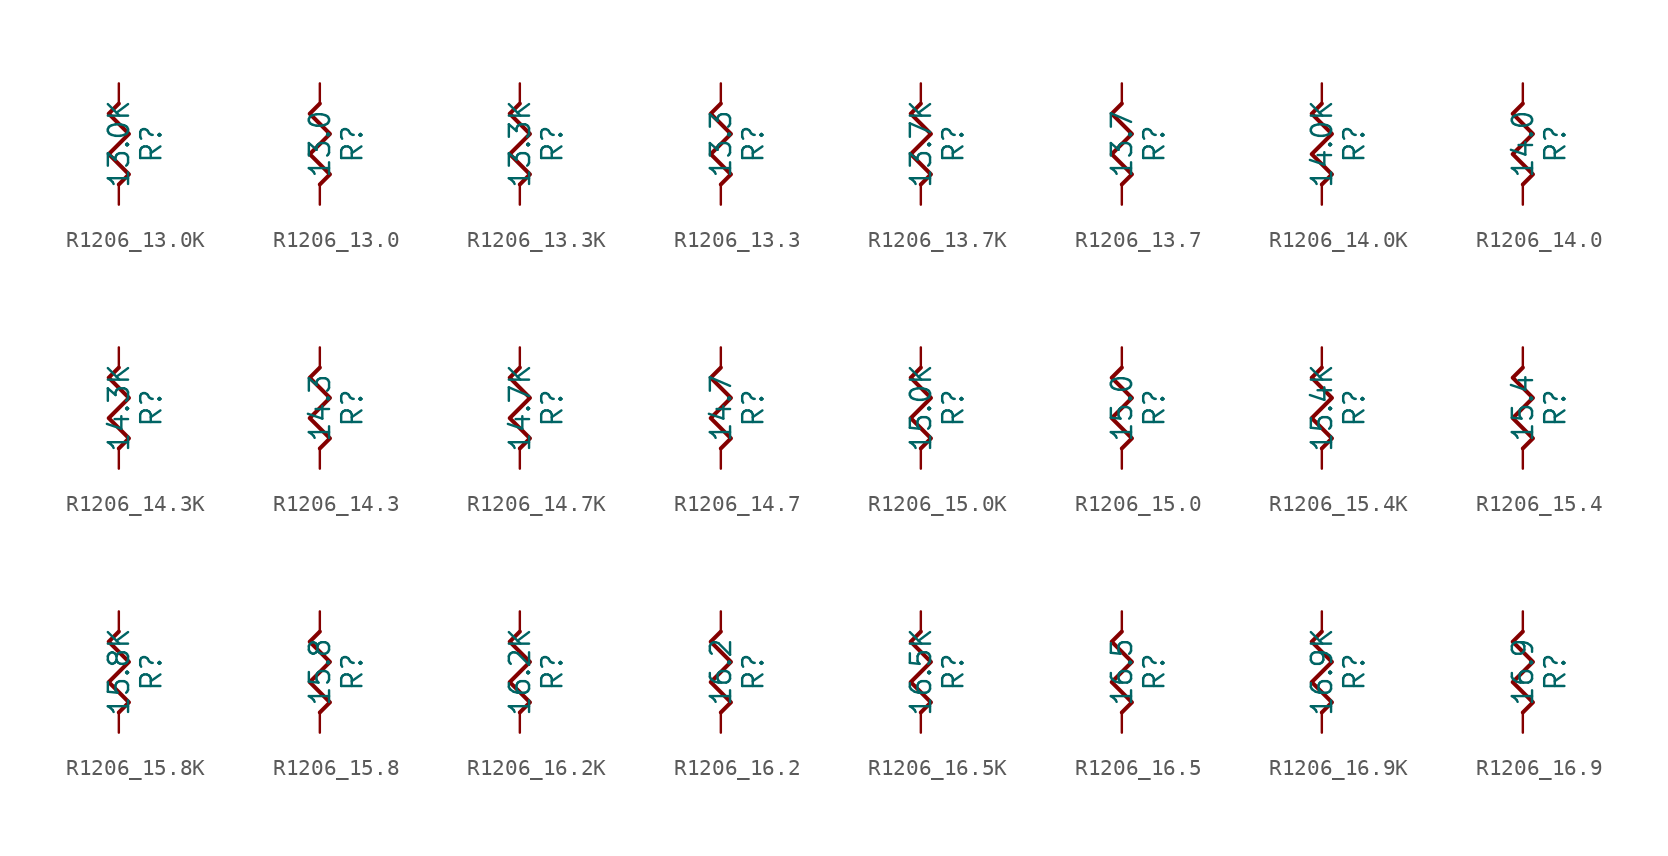
<source format=kicad_sym>
(kicad_symbol_lib
  (version 20211014)
  (generator atlantix-eda)
  (symbol "R1206_13.0K"
    (pin_numbers hide)
    (pin_names
      (offset 0))
    (property "Reference" "R"
      (at 2.032 0 90)
      (effects (font (size 1.27 1.27))))
    (property "Value" "13.0K"
      (at 0 0 90)
      (effects (font (size 1.27 1.27))))
    (symbol "R1206_13.0K_0_1"
      (polyline (pts (xy 0 -2.54) (xy 0.635 -1.905) (xy -0.635 -0.635) (xy 0.635 0.635) (xy -0.635 1.905) (xy 0 2.54)) (stroke (width 0.254) (type default) (color 0 0 0 0)) (fill (type none))))
    (symbol "R1206_13.0K_1_1"
      (pin passive line (at 0 3.81 270) (length 1.27) (name "~" (effects (font (size 1.27 1.27)))) (number "1" (effects (font (size 1.27 1.27)))))
      (pin passive line (at 0 -3.81 90) (length 1.27) (name "~" (effects (font (size 1.27 1.27)))) (number "2" (effects (font (size 1.27 1.27)))))))
  (symbol "R1206_13.0"
    (pin_numbers hide)
    (pin_names
      (offset 0))
    (property "Reference" "R"
      (at 2.032 0 90)
      (effects (font (size 1.27 1.27))))
    (property "Value" "13.0"
      (at 0 0 90)
      (effects (font (size 1.27 1.27))))
    (symbol "R1206_13.0_0_1"
      (polyline (pts (xy 0 -2.54) (xy 0.635 -1.905) (xy -0.635 -0.635) (xy 0.635 0.635) (xy -0.635 1.905) (xy 0 2.54)) (stroke (width 0.254) (type default) (color 0 0 0 0)) (fill (type none))))
    (symbol "R1206_13.0_1_1"
      (pin passive line (at 0 3.81 270) (length 1.27) (name "~" (effects (font (size 1.27 1.27)))) (number "1" (effects (font (size 1.27 1.27)))))
      (pin passive line (at 0 -3.81 90) (length 1.27) (name "~" (effects (font (size 1.27 1.27)))) (number "2" (effects (font (size 1.27 1.27)))))))
  (symbol "R1206_13.3K"
    (pin_numbers hide)
    (pin_names
      (offset 0))
    (property "Reference" "R"
      (at 2.032 0 90)
      (effects (font (size 1.27 1.27))))
    (property "Value" "13.3K"
      (at 0 0 90)
      (effects (font (size 1.27 1.27))))
    (symbol "R1206_13.3K_0_1"
      (polyline (pts (xy 0 -2.54) (xy 0.635 -1.905) (xy -0.635 -0.635) (xy 0.635 0.635) (xy -0.635 1.905) (xy 0 2.54)) (stroke (width 0.254) (type default) (color 0 0 0 0)) (fill (type none))))
    (symbol "R1206_13.3K_1_1"
      (pin passive line (at 0 3.81 270) (length 1.27) (name "~" (effects (font (size 1.27 1.27)))) (number "1" (effects (font (size 1.27 1.27)))))
      (pin passive line (at 0 -3.81 90) (length 1.27) (name "~" (effects (font (size 1.27 1.27)))) (number "2" (effects (font (size 1.27 1.27)))))))
  (symbol "R1206_13.3"
    (pin_numbers hide)
    (pin_names
      (offset 0))
    (property "Reference" "R"
      (at 2.032 0 90)
      (effects (font (size 1.27 1.27))))
    (property "Value" "13.3"
      (at 0 0 90)
      (effects (font (size 1.27 1.27))))
    (symbol "R1206_13.3_0_1"
      (polyline (pts (xy 0 -2.54) (xy 0.635 -1.905) (xy -0.635 -0.635) (xy 0.635 0.635) (xy -0.635 1.905) (xy 0 2.54)) (stroke (width 0.254) (type default) (color 0 0 0 0)) (fill (type none))))
    (symbol "R1206_13.3_1_1"
      (pin passive line (at 0 3.81 270) (length 1.27) (name "~" (effects (font (size 1.27 1.27)))) (number "1" (effects (font (size 1.27 1.27)))))
      (pin passive line (at 0 -3.81 90) (length 1.27) (name "~" (effects (font (size 1.27 1.27)))) (number "2" (effects (font (size 1.27 1.27)))))))
  (symbol "R1206_13.7K"
    (pin_numbers hide)
    (pin_names
      (offset 0))
    (property "Reference" "R"
      (at 2.032 0 90)
      (effects (font (size 1.27 1.27))))
    (property "Value" "13.7K"
      (at 0 0 90)
      (effects (font (size 1.27 1.27))))
    (symbol "R1206_13.7K_0_1"
      (polyline (pts (xy 0 -2.54) (xy 0.635 -1.905) (xy -0.635 -0.635) (xy 0.635 0.635) (xy -0.635 1.905) (xy 0 2.54)) (stroke (width 0.254) (type default) (color 0 0 0 0)) (fill (type none))))
    (symbol "R1206_13.7K_1_1"
      (pin passive line (at 0 3.81 270) (length 1.27) (name "~" (effects (font (size 1.27 1.27)))) (number "1" (effects (font (size 1.27 1.27)))))
      (pin passive line (at 0 -3.81 90) (length 1.27) (name "~" (effects (font (size 1.27 1.27)))) (number "2" (effects (font (size 1.27 1.27)))))))
  (symbol "R1206_13.7"
    (pin_numbers hide)
    (pin_names
      (offset 0))
    (property "Reference" "R"
      (at 2.032 0 90)
      (effects (font (size 1.27 1.27))))
    (property "Value" "13.7"
      (at 0 0 90)
      (effects (font (size 1.27 1.27))))
    (symbol "R1206_13.7_0_1"
      (polyline (pts (xy 0 -2.54) (xy 0.635 -1.905) (xy -0.635 -0.635) (xy 0.635 0.635) (xy -0.635 1.905) (xy 0 2.54)) (stroke (width 0.254) (type default) (color 0 0 0 0)) (fill (type none))))
    (symbol "R1206_13.7_1_1"
      (pin passive line (at 0 3.81 270) (length 1.27) (name "~" (effects (font (size 1.27 1.27)))) (number "1" (effects (font (size 1.27 1.27)))))
      (pin passive line (at 0 -3.81 90) (length 1.27) (name "~" (effects (font (size 1.27 1.27)))) (number "2" (effects (font (size 1.27 1.27)))))))
  (symbol "R1206_14.0K"
    (pin_numbers hide)
    (pin_names
      (offset 0))
    (property "Reference" "R"
      (at 2.032 0 90)
      (effects (font (size 1.27 1.27))))
    (property "Value" "14.0K"
      (at 0 0 90)
      (effects (font (size 1.27 1.27))))
    (symbol "R1206_14.0K_0_1"
      (polyline (pts (xy 0 -2.54) (xy 0.635 -1.905) (xy -0.635 -0.635) (xy 0.635 0.635) (xy -0.635 1.905) (xy 0 2.54)) (stroke (width 0.254) (type default) (color 0 0 0 0)) (fill (type none))))
    (symbol "R1206_14.0K_1_1"
      (pin passive line (at 0 3.81 270) (length 1.27) (name "~" (effects (font (size 1.27 1.27)))) (number "1" (effects (font (size 1.27 1.27)))))
      (pin passive line (at 0 -3.81 90) (length 1.27) (name "~" (effects (font (size 1.27 1.27)))) (number "2" (effects (font (size 1.27 1.27)))))))
  (symbol "R1206_14.0"
    (pin_numbers hide)
    (pin_names
      (offset 0))
    (property "Reference" "R"
      (at 2.032 0 90)
      (effects (font (size 1.27 1.27))))
    (property "Value" "14.0"
      (at 0 0 90)
      (effects (font (size 1.27 1.27))))
    (symbol "R1206_14.0_0_1"
      (polyline (pts (xy 0 -2.54) (xy 0.635 -1.905) (xy -0.635 -0.635) (xy 0.635 0.635) (xy -0.635 1.905) (xy 0 2.54)) (stroke (width 0.254) (type default) (color 0 0 0 0)) (fill (type none))))
    (symbol "R1206_14.0_1_1"
      (pin passive line (at 0 3.81 270) (length 1.27) (name "~" (effects (font (size 1.27 1.27)))) (number "1" (effects (font (size 1.27 1.27)))))
      (pin passive line (at 0 -3.81 90) (length 1.27) (name "~" (effects (font (size 1.27 1.27)))) (number "2" (effects (font (size 1.27 1.27)))))))
  (symbol "R1206_14.3K"
    (pin_numbers hide)
    (pin_names
      (offset 0))
    (property "Reference" "R"
      (at 2.032 0 90)
      (effects (font (size 1.27 1.27))))
    (property "Value" "14.3K"
      (at 0 0 90)
      (effects (font (size 1.27 1.27))))
    (symbol "R1206_14.3K_0_1"
      (polyline (pts (xy 0 -2.54) (xy 0.635 -1.905) (xy -0.635 -0.635) (xy 0.635 0.635) (xy -0.635 1.905) (xy 0 2.54)) (stroke (width 0.254) (type default) (color 0 0 0 0)) (fill (type none))))
    (symbol "R1206_14.3K_1_1"
      (pin passive line (at 0 3.81 270) (length 1.27) (name "~" (effects (font (size 1.27 1.27)))) (number "1" (effects (font (size 1.27 1.27)))))
      (pin passive line (at 0 -3.81 90) (length 1.27) (name "~" (effects (font (size 1.27 1.27)))) (number "2" (effects (font (size 1.27 1.27)))))))
  (symbol "R1206_14.3"
    (pin_numbers hide)
    (pin_names
      (offset 0))
    (property "Reference" "R"
      (at 2.032 0 90)
      (effects (font (size 1.27 1.27))))
    (property "Value" "14.3"
      (at 0 0 90)
      (effects (font (size 1.27 1.27))))
    (symbol "R1206_14.3_0_1"
      (polyline (pts (xy 0 -2.54) (xy 0.635 -1.905) (xy -0.635 -0.635) (xy 0.635 0.635) (xy -0.635 1.905) (xy 0 2.54)) (stroke (width 0.254) (type default) (color 0 0 0 0)) (fill (type none))))
    (symbol "R1206_14.3_1_1"
      (pin passive line (at 0 3.81 270) (length 1.27) (name "~" (effects (font (size 1.27 1.27)))) (number "1" (effects (font (size 1.27 1.27)))))
      (pin passive line (at 0 -3.81 90) (length 1.27) (name "~" (effects (font (size 1.27 1.27)))) (number "2" (effects (font (size 1.27 1.27)))))))
  (symbol "R1206_14.7K"
    (pin_numbers hide)
    (pin_names
      (offset 0))
    (property "Reference" "R"
      (at 2.032 0 90)
      (effects (font (size 1.27 1.27))))
    (property "Value" "14.7K"
      (at 0 0 90)
      (effects (font (size 1.27 1.27))))
    (symbol "R1206_14.7K_0_1"
      (polyline (pts (xy 0 -2.54) (xy 0.635 -1.905) (xy -0.635 -0.635) (xy 0.635 0.635) (xy -0.635 1.905) (xy 0 2.54)) (stroke (width 0.254) (type default) (color 0 0 0 0)) (fill (type none))))
    (symbol "R1206_14.7K_1_1"
      (pin passive line (at 0 3.81 270) (length 1.27) (name "~" (effects (font (size 1.27 1.27)))) (number "1" (effects (font (size 1.27 1.27)))))
      (pin passive line (at 0 -3.81 90) (length 1.27) (name "~" (effects (font (size 1.27 1.27)))) (number "2" (effects (font (size 1.27 1.27)))))))
  (symbol "R1206_14.7"
    (pin_numbers hide)
    (pin_names
      (offset 0))
    (property "Reference" "R"
      (at 2.032 0 90)
      (effects (font (size 1.27 1.27))))
    (property "Value" "14.7"
      (at 0 0 90)
      (effects (font (size 1.27 1.27))))
    (symbol "R1206_14.7_0_1"
      (polyline (pts (xy 0 -2.54) (xy 0.635 -1.905) (xy -0.635 -0.635) (xy 0.635 0.635) (xy -0.635 1.905) (xy 0 2.54)) (stroke (width 0.254) (type default) (color 0 0 0 0)) (fill (type none))))
    (symbol "R1206_14.7_1_1"
      (pin passive line (at 0 3.81 270) (length 1.27) (name "~" (effects (font (size 1.27 1.27)))) (number "1" (effects (font (size 1.27 1.27)))))
      (pin passive line (at 0 -3.81 90) (length 1.27) (name "~" (effects (font (size 1.27 1.27)))) (number "2" (effects (font (size 1.27 1.27)))))))
  (symbol "R1206_15.0K"
    (pin_numbers hide)
    (pin_names
      (offset 0))
    (property "Reference" "R"
      (at 2.032 0 90)
      (effects (font (size 1.27 1.27))))
    (property "Value" "15.0K"
      (at 0 0 90)
      (effects (font (size 1.27 1.27))))
    (symbol "R1206_15.0K_0_1"
      (polyline (pts (xy 0 -2.54) (xy 0.635 -1.905) (xy -0.635 -0.635) (xy 0.635 0.635) (xy -0.635 1.905) (xy 0 2.54)) (stroke (width 0.254) (type default) (color 0 0 0 0)) (fill (type none))))
    (symbol "R1206_15.0K_1_1"
      (pin passive line (at 0 3.81 270) (length 1.27) (name "~" (effects (font (size 1.27 1.27)))) (number "1" (effects (font (size 1.27 1.27)))))
      (pin passive line (at 0 -3.81 90) (length 1.27) (name "~" (effects (font (size 1.27 1.27)))) (number "2" (effects (font (size 1.27 1.27)))))))
  (symbol "R1206_15.0"
    (pin_numbers hide)
    (pin_names
      (offset 0))
    (property "Reference" "R"
      (at 2.032 0 90)
      (effects (font (size 1.27 1.27))))
    (property "Value" "15.0"
      (at 0 0 90)
      (effects (font (size 1.27 1.27))))
    (symbol "R1206_15.0_0_1"
      (polyline (pts (xy 0 -2.54) (xy 0.635 -1.905) (xy -0.635 -0.635) (xy 0.635 0.635) (xy -0.635 1.905) (xy 0 2.54)) (stroke (width 0.254) (type default) (color 0 0 0 0)) (fill (type none))))
    (symbol "R1206_15.0_1_1"
      (pin passive line (at 0 3.81 270) (length 1.27) (name "~" (effects (font (size 1.27 1.27)))) (number "1" (effects (font (size 1.27 1.27)))))
      (pin passive line (at 0 -3.81 90) (length 1.27) (name "~" (effects (font (size 1.27 1.27)))) (number "2" (effects (font (size 1.27 1.27)))))))
  (symbol "R1206_15.4K"
    (pin_numbers hide)
    (pin_names
      (offset 0))
    (property "Reference" "R"
      (at 2.032 0 90)
      (effects (font (size 1.27 1.27))))
    (property "Value" "15.4K"
      (at 0 0 90)
      (effects (font (size 1.27 1.27))))
    (symbol "R1206_15.4K_0_1"
      (polyline (pts (xy 0 -2.54) (xy 0.635 -1.905) (xy -0.635 -0.635) (xy 0.635 0.635) (xy -0.635 1.905) (xy 0 2.54)) (stroke (width 0.254) (type default) (color 0 0 0 0)) (fill (type none))))
    (symbol "R1206_15.4K_1_1"
      (pin passive line (at 0 3.81 270) (length 1.27) (name "~" (effects (font (size 1.27 1.27)))) (number "1" (effects (font (size 1.27 1.27)))))
      (pin passive line (at 0 -3.81 90) (length 1.27) (name "~" (effects (font (size 1.27 1.27)))) (number "2" (effects (font (size 1.27 1.27)))))))
  (symbol "R1206_15.4"
    (pin_numbers hide)
    (pin_names
      (offset 0))
    (property "Reference" "R"
      (at 2.032 0 90)
      (effects (font (size 1.27 1.27))))
    (property "Value" "15.4"
      (at 0 0 90)
      (effects (font (size 1.27 1.27))))
    (symbol "R1206_15.4_0_1"
      (polyline (pts (xy 0 -2.54) (xy 0.635 -1.905) (xy -0.635 -0.635) (xy 0.635 0.635) (xy -0.635 1.905) (xy 0 2.54)) (stroke (width 0.254) (type default) (color 0 0 0 0)) (fill (type none))))
    (symbol "R1206_15.4_1_1"
      (pin passive line (at 0 3.81 270) (length 1.27) (name "~" (effects (font (size 1.27 1.27)))) (number "1" (effects (font (size 1.27 1.27)))))
      (pin passive line (at 0 -3.81 90) (length 1.27) (name "~" (effects (font (size 1.27 1.27)))) (number "2" (effects (font (size 1.27 1.27)))))))
  (symbol "R1206_15.8K"
    (pin_numbers hide)
    (pin_names
      (offset 0))
    (property "Reference" "R"
      (at 2.032 0 90)
      (effects (font (size 1.27 1.27))))
    (property "Value" "15.8K"
      (at 0 0 90)
      (effects (font (size 1.27 1.27))))
    (symbol "R1206_15.8K_0_1"
      (polyline (pts (xy 0 -2.54) (xy 0.635 -1.905) (xy -0.635 -0.635) (xy 0.635 0.635) (xy -0.635 1.905) (xy 0 2.54)) (stroke (width 0.254) (type default) (color 0 0 0 0)) (fill (type none))))
    (symbol "R1206_15.8K_1_1"
      (pin passive line (at 0 3.81 270) (length 1.27) (name "~" (effects (font (size 1.27 1.27)))) (number "1" (effects (font (size 1.27 1.27)))))
      (pin passive line (at 0 -3.81 90) (length 1.27) (name "~" (effects (font (size 1.27 1.27)))) (number "2" (effects (font (size 1.27 1.27)))))))
  (symbol "R1206_15.8"
    (pin_numbers hide)
    (pin_names
      (offset 0))
    (property "Reference" "R"
      (at 2.032 0 90)
      (effects (font (size 1.27 1.27))))
    (property "Value" "15.8"
      (at 0 0 90)
      (effects (font (size 1.27 1.27))))
    (symbol "R1206_15.8_0_1"
      (polyline (pts (xy 0 -2.54) (xy 0.635 -1.905) (xy -0.635 -0.635) (xy 0.635 0.635) (xy -0.635 1.905) (xy 0 2.54)) (stroke (width 0.254) (type default) (color 0 0 0 0)) (fill (type none))))
    (symbol "R1206_15.8_1_1"
      (pin passive line (at 0 3.81 270) (length 1.27) (name "~" (effects (font (size 1.27 1.27)))) (number "1" (effects (font (size 1.27 1.27)))))
      (pin passive line (at 0 -3.81 90) (length 1.27) (name "~" (effects (font (size 1.27 1.27)))) (number "2" (effects (font (size 1.27 1.27)))))))
  (symbol "R1206_16.2K"
    (pin_numbers hide)
    (pin_names
      (offset 0))
    (property "Reference" "R"
      (at 2.032 0 90)
      (effects (font (size 1.27 1.27))))
    (property "Value" "16.2K"
      (at 0 0 90)
      (effects (font (size 1.27 1.27))))
    (symbol "R1206_16.2K_0_1"
      (polyline (pts (xy 0 -2.54) (xy 0.635 -1.905) (xy -0.635 -0.635) (xy 0.635 0.635) (xy -0.635 1.905) (xy 0 2.54)) (stroke (width 0.254) (type default) (color 0 0 0 0)) (fill (type none))))
    (symbol "R1206_16.2K_1_1"
      (pin passive line (at 0 3.81 270) (length 1.27) (name "~" (effects (font (size 1.27 1.27)))) (number "1" (effects (font (size 1.27 1.27)))))
      (pin passive line (at 0 -3.81 90) (length 1.27) (name "~" (effects (font (size 1.27 1.27)))) (number "2" (effects (font (size 1.27 1.27)))))))
  (symbol "R1206_16.2"
    (pin_numbers hide)
    (pin_names
      (offset 0))
    (property "Reference" "R"
      (at 2.032 0 90)
      (effects (font (size 1.27 1.27))))
    (property "Value" "16.2"
      (at 0 0 90)
      (effects (font (size 1.27 1.27))))
    (symbol "R1206_16.2_0_1"
      (polyline (pts (xy 0 -2.54) (xy 0.635 -1.905) (xy -0.635 -0.635) (xy 0.635 0.635) (xy -0.635 1.905) (xy 0 2.54)) (stroke (width 0.254) (type default) (color 0 0 0 0)) (fill (type none))))
    (symbol "R1206_16.2_1_1"
      (pin passive line (at 0 3.81 270) (length 1.27) (name "~" (effects (font (size 1.27 1.27)))) (number "1" (effects (font (size 1.27 1.27)))))
      (pin passive line (at 0 -3.81 90) (length 1.27) (name "~" (effects (font (size 1.27 1.27)))) (number "2" (effects (font (size 1.27 1.27)))))))
  (symbol "R1206_16.5K"
    (pin_numbers hide)
    (pin_names
      (offset 0))
    (property "Reference" "R"
      (at 2.032 0 90)
      (effects (font (size 1.27 1.27))))
    (property "Value" "16.5K"
      (at 0 0 90)
      (effects (font (size 1.27 1.27))))
    (symbol "R1206_16.5K_0_1"
      (polyline (pts (xy 0 -2.54) (xy 0.635 -1.905) (xy -0.635 -0.635) (xy 0.635 0.635) (xy -0.635 1.905) (xy 0 2.54)) (stroke (width 0.254) (type default) (color 0 0 0 0)) (fill (type none))))
    (symbol "R1206_16.5K_1_1"
      (pin passive line (at 0 3.81 270) (length 1.27) (name "~" (effects (font (size 1.27 1.27)))) (number "1" (effects (font (size 1.27 1.27)))))
      (pin passive line (at 0 -3.81 90) (length 1.27) (name "~" (effects (font (size 1.27 1.27)))) (number "2" (effects (font (size 1.27 1.27)))))))
  (symbol "R1206_16.5"
    (pin_numbers hide)
    (pin_names
      (offset 0))
    (property "Reference" "R"
      (at 2.032 0 90)
      (effects (font (size 1.27 1.27))))
    (property "Value" "16.5"
      (at 0 0 90)
      (effects (font (size 1.27 1.27))))
    (symbol "R1206_16.5_0_1"
      (polyline (pts (xy 0 -2.54) (xy 0.635 -1.905) (xy -0.635 -0.635) (xy 0.635 0.635) (xy -0.635 1.905) (xy 0 2.54)) (stroke (width 0.254) (type default) (color 0 0 0 0)) (fill (type none))))
    (symbol "R1206_16.5_1_1"
      (pin passive line (at 0 3.81 270) (length 1.27) (name "~" (effects (font (size 1.27 1.27)))) (number "1" (effects (font (size 1.27 1.27)))))
      (pin passive line (at 0 -3.81 90) (length 1.27) (name "~" (effects (font (size 1.27 1.27)))) (number "2" (effects (font (size 1.27 1.27)))))))
  (symbol "R1206_16.9K"
    (pin_numbers hide)
    (pin_names
      (offset 0))
    (property "Reference" "R"
      (at 2.032 0 90)
      (effects (font (size 1.27 1.27))))
    (property "Value" "16.9K"
      (at 0 0 90)
      (effects (font (size 1.27 1.27))))
    (symbol "R1206_16.9K_0_1"
      (polyline (pts (xy 0 -2.54) (xy 0.635 -1.905) (xy -0.635 -0.635) (xy 0.635 0.635) (xy -0.635 1.905) (xy 0 2.54)) (stroke (width 0.254) (type default) (color 0 0 0 0)) (fill (type none))))
    (symbol "R1206_16.9K_1_1"
      (pin passive line (at 0 3.81 270) (length 1.27) (name "~" (effects (font (size 1.27 1.27)))) (number "1" (effects (font (size 1.27 1.27)))))
      (pin passive line (at 0 -3.81 90) (length 1.27) (name "~" (effects (font (size 1.27 1.27)))) (number "2" (effects (font (size 1.27 1.27)))))))
  (symbol "R1206_16.9"
    (pin_numbers hide)
    (pin_names
      (offset 0))
    (property "Reference" "R"
      (at 2.032 0 90)
      (effects (font (size 1.27 1.27))))
    (property "Value" "16.9"
      (at 0 0 90)
      (effects (font (size 1.27 1.27))))
    (symbol "R1206_16.9_0_1"
      (polyline (pts (xy 0 -2.54) (xy 0.635 -1.905) (xy -0.635 -0.635) (xy 0.635 0.635) (xy -0.635 1.905) (xy 0 2.54)) (stroke (width 0.254) (type default) (color 0 0 0 0)) (fill (type none))))
    (symbol "R1206_16.9_1_1"
      (pin passive line (at 0 3.81 270) (length 1.27) (name "~" (effects (font (size 1.27 1.27)))) (number "1" (effects (font (size 1.27 1.27)))))
      (pin passive line (at 0 -3.81 90) (length 1.27) (name "~" (effects (font (size 1.27 1.27)))) (number "2" (effects (font (size 1.27 1.27))))))))
</source>
